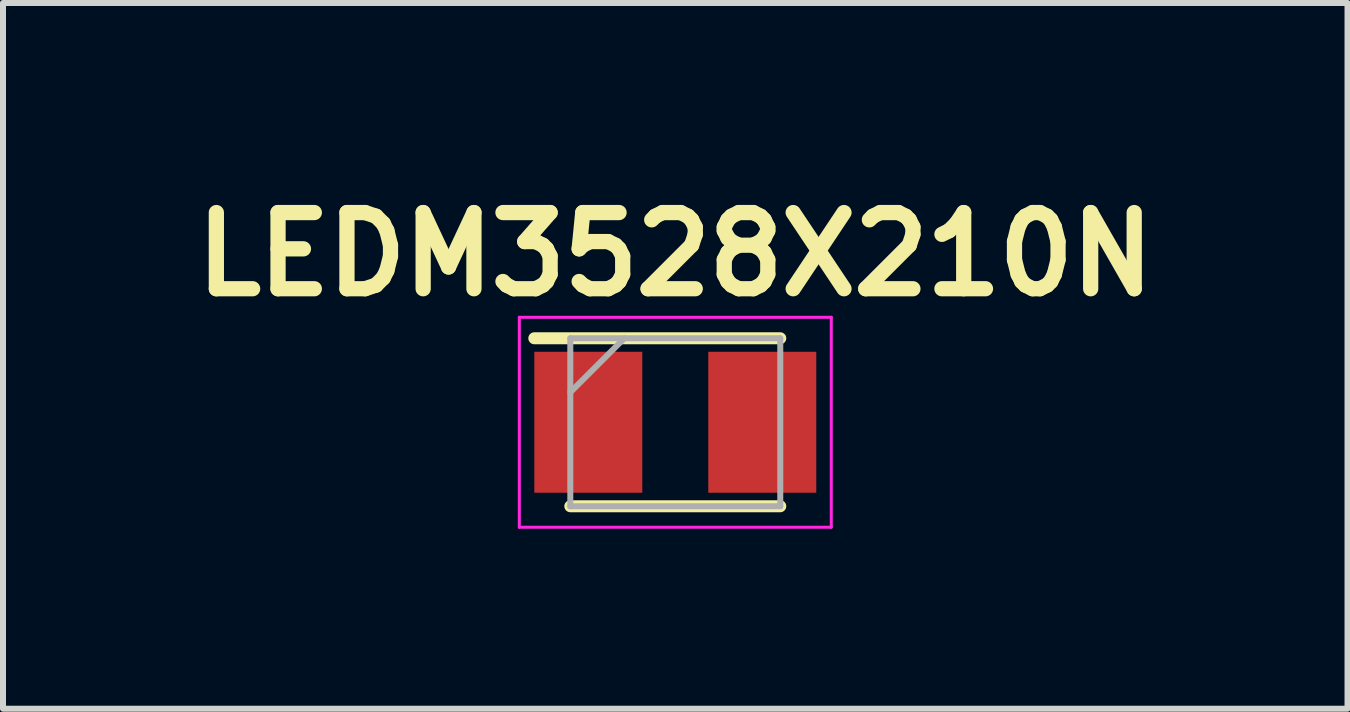
<source format=kicad_pcb>
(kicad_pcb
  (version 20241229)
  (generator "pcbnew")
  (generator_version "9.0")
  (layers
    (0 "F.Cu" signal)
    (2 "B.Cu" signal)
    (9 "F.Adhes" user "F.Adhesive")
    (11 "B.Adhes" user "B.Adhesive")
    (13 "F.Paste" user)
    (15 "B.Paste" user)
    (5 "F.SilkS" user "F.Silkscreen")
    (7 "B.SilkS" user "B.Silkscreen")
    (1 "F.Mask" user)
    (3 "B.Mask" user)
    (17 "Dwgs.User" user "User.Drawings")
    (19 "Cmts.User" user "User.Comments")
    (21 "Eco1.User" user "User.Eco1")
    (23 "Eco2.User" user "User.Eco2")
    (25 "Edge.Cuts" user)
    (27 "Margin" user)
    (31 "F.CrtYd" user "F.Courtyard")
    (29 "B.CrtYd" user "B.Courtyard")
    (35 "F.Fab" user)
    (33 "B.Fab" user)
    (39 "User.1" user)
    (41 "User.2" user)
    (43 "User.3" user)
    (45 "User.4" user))
  (footprint "LEDM3528X210N"
    (layer "F.Cu")
    (at 8.207 3.989)
    (property "Reference" "LEDM3528X210N" (at 0 -2.8 0) (layer "F.SilkS") (effects (font (size 1.27 1.27) (thickness 0.254))))
    (attr smd)
    (fp_line (start -1.75 1.4) (end 1.75 1.4) (stroke (width 0.2) (type solid)) (layer "F.SilkS"))
    (fp_line (start 1.75 -1.4) (end -2.35 -1.4) (stroke (width 0.2) (type solid)) (layer "F.SilkS"))
    (fp_line (start -2.6 -1.75) (end 2.6 -1.75) (stroke (width 0.05) (type solid)) (layer "F.CrtYd"))
    (fp_line (start -2.6 1.75) (end -2.6 -1.75) (stroke (width 0.05) (type solid)) (layer "F.CrtYd"))
    (fp_line (start 2.6 -1.75) (end 2.6 1.75) (stroke (width 0.05) (type solid)) (layer "F.CrtYd"))
    (fp_line (start 2.6 1.75) (end -2.6 1.75) (stroke (width 0.05) (type solid)) (layer "F.CrtYd"))
    (fp_line (start -1.75 -1.4) (end 1.75 -1.4) (stroke (width 0.1) (type solid)) (layer "F.Fab"))
    (fp_line (start -1.75 -0.5) (end -0.85 -1.4) (stroke (width 0.1) (type solid)) (layer "F.Fab"))
    (fp_line (start -1.75 1.4) (end -1.75 -1.4) (stroke (width 0.1) (type solid)) (layer "F.Fab"))
    (fp_line (start 1.75 -1.4) (end 1.75 1.4) (stroke (width 0.1) (type solid)) (layer "F.Fab"))
    (fp_line (start 1.75 1.4) (end -1.75 1.4) (stroke (width 0.1) (type solid)) (layer "F.Fab"))
    (pad "1" smd rect (at -1.45 0) (size 1.8 2.35) (layers "F.Cu" "F.Mask" "F.Paste"))
    (pad "2" smd rect (at 1.45 0) (size 1.8 2.35) (layers "F.Cu" "F.Mask" "F.Paste")))
  (gr_rect
    (start -3 -3)
    (end 19.413 8.764)
    (stroke (width 0.1) (type default))
    (fill no)
    (layer "Edge.Cuts")))
</source>
